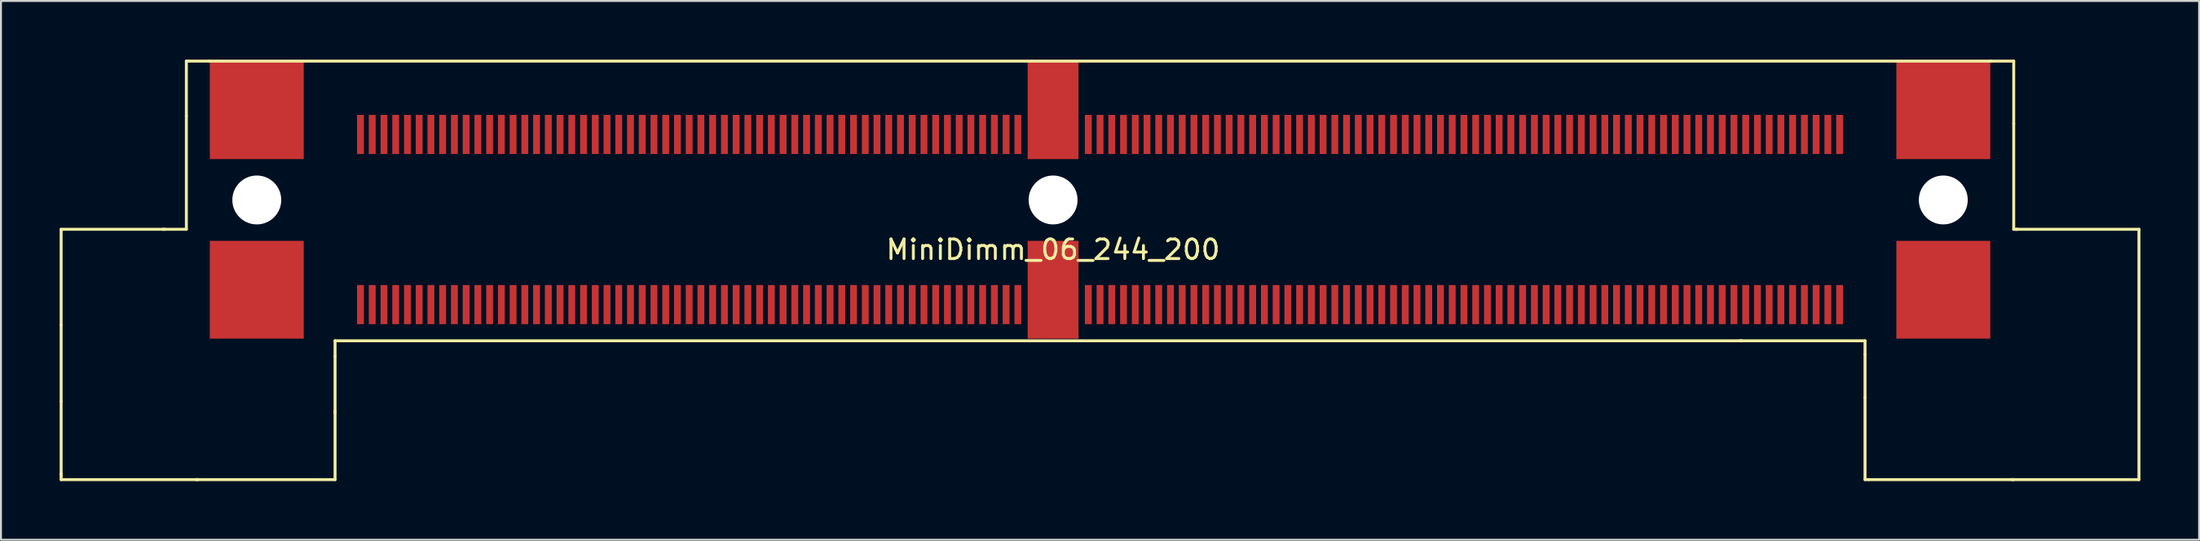
<source format=kicad_pcb>
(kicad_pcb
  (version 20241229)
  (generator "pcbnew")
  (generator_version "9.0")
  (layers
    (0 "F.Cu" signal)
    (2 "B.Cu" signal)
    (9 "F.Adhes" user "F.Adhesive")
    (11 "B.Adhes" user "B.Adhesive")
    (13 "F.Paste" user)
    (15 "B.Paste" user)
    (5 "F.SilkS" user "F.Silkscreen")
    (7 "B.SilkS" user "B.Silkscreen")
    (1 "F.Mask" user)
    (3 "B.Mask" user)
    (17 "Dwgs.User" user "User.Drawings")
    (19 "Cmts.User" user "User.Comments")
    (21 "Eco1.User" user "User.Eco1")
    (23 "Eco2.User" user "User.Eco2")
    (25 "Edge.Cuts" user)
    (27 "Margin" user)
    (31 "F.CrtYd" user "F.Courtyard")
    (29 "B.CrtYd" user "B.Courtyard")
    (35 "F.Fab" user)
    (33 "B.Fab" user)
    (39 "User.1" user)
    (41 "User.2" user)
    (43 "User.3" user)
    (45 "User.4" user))
  (footprint "MiniDimm_06_244_200"
    (layer "F.Cu")
    (at 50.775 7.175)
    (property "Reference" "MiniDimm_06_244_200" (at 0 2.54 0) (layer "F.SilkS") (effects (font (size 1 1) (thickness 0.15))))
    (attr through_hole)
    (fp_line (start -50.7 1.5) (end -45.4 1.5) (stroke (width 0.15) (type solid)) (layer "F.SilkS"))
    (fp_line (start -50.7 6.4) (end -50.7 1.5) (stroke (width 0.15) (type solid)) (layer "F.SilkS"))
    (fp_line (start -50.7 6.4) (end -50.7 10.3) (stroke (width 0.15) (type solid)) (layer "F.SilkS"))
    (fp_line (start -50.7 10.3) (end -50.7 14.1) (stroke (width 0.15) (type solid)) (layer "F.SilkS"))
    (fp_line (start -50.7 14.3) (end -50.7 14) (stroke (width 0.15) (type solid)) (layer "F.SilkS"))
    (fp_line (start -44.3 -7.1) (end -44.3 -4.3) (stroke (width 0.15) (type solid)) (layer "F.SilkS"))
    (fp_line (start -44.3 -4.3) (end -44.3 1.5) (stroke (width 0.15) (type solid)) (layer "F.SilkS"))
    (fp_line (start -44.3 1.5) (end -45.5 1.5) (stroke (width 0.15) (type solid)) (layer "F.SilkS"))
    (fp_line (start -43.7 14.3) (end -50.7 14.3) (stroke (width 0.15) (type solid)) (layer "F.SilkS"))
    (fp_line (start -43.1 -7.1) (end -44.3 -7.1) (stroke (width 0.15) (type solid)) (layer "F.SilkS"))
    (fp_line (start -43.1 -7.1) (end 47.9 -7.1) (stroke (width 0.15) (type solid)) (layer "F.SilkS"))
    (fp_line (start -36.7 8) (end -36.7 7.2) (stroke (width 0.15) (type solid)) (layer "F.SilkS"))
    (fp_line (start -36.7 8) (end -36.7 10.9) (stroke (width 0.15) (type solid)) (layer "F.SilkS"))
    (fp_line (start -36.7 10.8) (end -36.7 14.3) (stroke (width 0.15) (type solid)) (layer "F.SilkS"))
    (fp_line (start -36.7 14.3) (end -43.8 14.3) (stroke (width 0.15) (type solid)) (layer "F.SilkS"))
    (fp_line (start 35.1 7.2) (end 41.5 7.2) (stroke (width 0.15) (type solid)) (layer "F.SilkS"))
    (fp_line (start 35.2 7.2) (end -36.7 7.2) (stroke (width 0.15) (type solid)) (layer "F.SilkS"))
    (fp_line (start 41.5 7.2) (end 41.5 7.9) (stroke (width 0.15) (type solid)) (layer "F.SilkS"))
    (fp_line (start 41.5 7.9) (end 41.5 10.1) (stroke (width 0.15) (type solid)) (layer "F.SilkS"))
    (fp_line (start 41.5 10.1) (end 41.5 14.3) (stroke (width 0.15) (type solid)) (layer "F.SilkS"))
    (fp_line (start 41.5 14.3) (end 41.7 14.3) (stroke (width 0.15) (type solid)) (layer "F.SilkS"))
    (fp_line (start 41.7 14.3) (end 49.1 14.3) (stroke (width 0.15) (type solid)) (layer "F.SilkS"))
    (fp_line (start 47.9 -7.1) (end 49.1 -7.1) (stroke (width 0.15) (type solid)) (layer "F.SilkS"))
    (fp_line (start 49.1 -7.1) (end 49.1 -3.9) (stroke (width 0.15) (type solid)) (layer "F.SilkS"))
    (fp_line (start 49.1 -3.9) (end 49.1 1.5) (stroke (width 0.15) (type solid)) (layer "F.SilkS"))
    (fp_line (start 49.1 1.5) (end 49.3 1.5) (stroke (width 0.15) (type solid)) (layer "F.SilkS"))
    (fp_line (start 49.2 1.5) (end 55.5 1.5) (stroke (width 0.15) (type solid)) (layer "F.SilkS"))
    (fp_line (start 55.5 1.5) (end 55.5 14.3) (stroke (width 0.15) (type solid)) (layer "F.SilkS"))
    (fp_line (start 55.5 14.3) (end 49 14.3) (stroke (width 0.15) (type solid)) (layer "F.SilkS"))
    (pad "" smd rect (at -40.7 -4.59) (size 4.8 5) (layers "F.Cu" "F.Mask" "F.Paste"))
    (pad "" np_thru_hole circle (at -40.7 0) (size 2.5 2.5) (drill 2.5) (layers "*.Cu" "*.Mask"))
    (pad "" smd rect (at -40.7 4.59) (size 4.8 5) (layers "F.Cu" "F.Mask" "F.Paste"))
    (pad "" smd rect (at 0 -4.59) (size 2.6 5) (layers "F.Cu" "F.Mask" "F.Paste"))
    (pad "" np_thru_hole circle (at 0 0) (size 2.5 2.5) (drill 2.5) (layers "*.Cu" "*.Mask"))
    (pad "" smd rect (at 0 4.59) (size 2.6 5) (layers "F.Cu" "F.Mask" "F.Paste"))
    (pad "" smd rect (at 45.5 -4.59) (size 4.8 5) (layers "F.Cu" "F.Mask" "F.Paste"))
    (pad "" np_thru_hole circle (at 45.5 0) (size 2.5 2.5) (drill 2.5) (layers "*.Cu" "*.Mask"))
    (pad "" smd rect (at 45.5 4.59) (size 4.8 5) (layers "F.Cu" "F.Mask" "F.Paste"))
    (pad "1" smd rect (at 40.2 -3.35) (size 0.35 2) (layers "F.Cu" "F.Mask" "F.Paste"))
    (pad "2" smd rect (at 39.6 -3.35) (size 0.35 2) (layers "F.Cu" "F.Mask" "F.Paste"))
    (pad "3" smd rect (at 39 -3.35) (size 0.35 2) (layers "F.Cu" "F.Mask" "F.Paste"))
    (pad "4" smd rect (at 38.4 -3.35) (size 0.35 2) (layers "F.Cu" "F.Mask" "F.Paste"))
    (pad "5" smd rect (at 37.8 -3.35) (size 0.35 2) (layers "F.Cu" "F.Mask" "F.Paste"))
    (pad "6" smd rect (at 37.2 -3.35) (size 0.35 2) (layers "F.Cu" "F.Mask" "F.Paste"))
    (pad "7" smd rect (at 36.6 -3.35) (size 0.35 2) (layers "F.Cu" "F.Mask" "F.Paste"))
    (pad "8" smd rect (at 36 -3.35) (size 0.35 2) (layers "F.Cu" "F.Mask" "F.Paste"))
    (pad "9" smd rect (at 35.4 -3.35) (size 0.35 2) (layers "F.Cu" "F.Mask" "F.Paste"))
    (pad "10" smd rect (at 34.8 -3.35) (size 0.35 2) (layers "F.Cu" "F.Mask" "F.Paste"))
    (pad "11" smd rect (at 34.2 -3.35) (size 0.35 2) (layers "F.Cu" "F.Mask" "F.Paste"))
    (pad "12" smd rect (at 33.6 -3.35) (size 0.35 2) (layers "F.Cu" "F.Mask" "F.Paste"))
    (pad "13" smd rect (at 33 -3.35) (size 0.35 2) (layers "F.Cu" "F.Mask" "F.Paste"))
    (pad "14" smd rect (at 32.4 -3.35) (size 0.35 2) (layers "F.Cu" "F.Mask" "F.Paste"))
    (pad "15" smd rect (at 31.8 -3.35) (size 0.35 2) (layers "F.Cu" "F.Mask" "F.Paste"))
    (pad "16" smd rect (at 31.2 -3.35) (size 0.35 2) (layers "F.Cu" "F.Mask" "F.Paste"))
    (pad "17" smd rect (at 30.6 -3.35) (size 0.35 2) (layers "F.Cu" "F.Mask" "F.Paste"))
    (pad "18" smd rect (at 30 -3.35) (size 0.35 2) (layers "F.Cu" "F.Mask" "F.Paste"))
    (pad "19" smd rect (at 29.4 -3.35) (size 0.35 2) (layers "F.Cu" "F.Mask" "F.Paste"))
    (pad "20" smd rect (at 28.8 -3.35) (size 0.35 2) (layers "F.Cu" "F.Mask" "F.Paste"))
    (pad "21" smd rect (at 28.2 -3.35) (size 0.35 2) (layers "F.Cu" "F.Mask" "F.Paste"))
    (pad "22" smd rect (at 27.6 -3.35) (size 0.35 2) (layers "F.Cu" "F.Mask" "F.Paste"))
    (pad "23" smd rect (at 27 -3.35) (size 0.35 2) (layers "F.Cu" "F.Mask" "F.Paste"))
    (pad "24" smd rect (at 26.4 -3.35) (size 0.35 2) (layers "F.Cu" "F.Mask" "F.Paste"))
    (pad "25" smd rect (at 25.8 -3.35) (size 0.35 2) (layers "F.Cu" "F.Mask" "F.Paste"))
    (pad "26" smd rect (at 25.2 -3.35) (size 0.35 2) (layers "F.Cu" "F.Mask" "F.Paste"))
    (pad "27" smd rect (at 24.6 -3.35) (size 0.35 2) (layers "F.Cu" "F.Mask" "F.Paste"))
    (pad "28" smd rect (at 24 -3.35) (size 0.35 2) (layers "F.Cu" "F.Mask" "F.Paste"))
    (pad "29" smd rect (at 23.4 -3.35) (size 0.35 2) (layers "F.Cu" "F.Mask" "F.Paste"))
    (pad "30" smd rect (at 22.8 -3.35) (size 0.35 2) (layers "F.Cu" "F.Mask" "F.Paste"))
    (pad "31" smd rect (at 22.2 -3.35) (size 0.35 2) (layers "F.Cu" "F.Mask" "F.Paste"))
    (pad "32" smd rect (at 21.6 -3.35) (size 0.35 2) (layers "F.Cu" "F.Mask" "F.Paste"))
    (pad "33" smd rect (at 21 -3.35) (size 0.35 2) (layers "F.Cu" "F.Mask" "F.Paste"))
    (pad "34" smd rect (at 20.4 -3.35) (size 0.35 2) (layers "F.Cu" "F.Mask" "F.Paste"))
    (pad "35" smd rect (at 19.8 -3.35) (size 0.35 2) (layers "F.Cu" "F.Mask" "F.Paste"))
    (pad "36" smd rect (at 19.2 -3.35) (size 0.35 2) (layers "F.Cu" "F.Mask" "F.Paste"))
    (pad "37" smd rect (at 18.6 -3.35) (size 0.35 2) (layers "F.Cu" "F.Mask" "F.Paste"))
    (pad "38" smd rect (at 18 -3.35) (size 0.35 2) (layers "F.Cu" "F.Mask" "F.Paste"))
    (pad "39" smd rect (at 17.4 -3.35) (size 0.35 2) (layers "F.Cu" "F.Mask" "F.Paste"))
    (pad "40" smd rect (at 16.8 -3.35) (size 0.35 2) (layers "F.Cu" "F.Mask" "F.Paste"))
    (pad "41" smd rect (at 16.2 -3.35) (size 0.35 2) (layers "F.Cu" "F.Mask" "F.Paste"))
    (pad "42" smd rect (at 15.6 -3.35) (size 0.35 2) (layers "F.Cu" "F.Mask" "F.Paste"))
    (pad "43" smd rect (at 15 -3.35) (size 0.35 2) (layers "F.Cu" "F.Mask" "F.Paste"))
    (pad "44" smd rect (at 14.4 -3.35) (size 0.35 2) (layers "F.Cu" "F.Mask" "F.Paste"))
    (pad "45" smd rect (at 13.8 -3.35) (size 0.35 2) (layers "F.Cu" "F.Mask" "F.Paste"))
    (pad "46" smd rect (at 13.2 -3.35) (size 0.35 2) (layers "F.Cu" "F.Mask" "F.Paste"))
    (pad "47" smd rect (at 12.6 -3.35) (size 0.35 2) (layers "F.Cu" "F.Mask" "F.Paste"))
    (pad "48" smd rect (at 12 -3.35) (size 0.35 2) (layers "F.Cu" "F.Mask" "F.Paste"))
    (pad "49" smd rect (at 11.4 -3.35) (size 0.35 2) (layers "F.Cu" "F.Mask" "F.Paste"))
    (pad "50" smd rect (at 10.8 -3.35) (size 0.35 2) (layers "F.Cu" "F.Mask" "F.Paste"))
    (pad "51" smd rect (at 10.2 -3.35) (size 0.35 2) (layers "F.Cu" "F.Mask" "F.Paste"))
    (pad "52" smd rect (at 9.6 -3.35) (size 0.35 2) (layers "F.Cu" "F.Mask" "F.Paste"))
    (pad "53" smd rect (at 9 -3.35) (size 0.35 2) (layers "F.Cu" "F.Mask" "F.Paste"))
    (pad "54" smd rect (at 8.4 -3.35) (size 0.35 2) (layers "F.Cu" "F.Mask" "F.Paste"))
    (pad "55" smd rect (at 7.8 -3.35) (size 0.35 2) (layers "F.Cu" "F.Mask" "F.Paste"))
    (pad "56" smd rect (at 7.2 -3.35) (size 0.35 2) (layers "F.Cu" "F.Mask" "F.Paste"))
    (pad "57" smd rect (at 6.6 -3.35) (size 0.35 2) (layers "F.Cu" "F.Mask" "F.Paste"))
    (pad "58" smd rect (at 6 -3.35) (size 0.35 2) (layers "F.Cu" "F.Mask" "F.Paste"))
    (pad "59" smd rect (at 5.4 -3.35) (size 0.35 2) (layers "F.Cu" "F.Mask" "F.Paste"))
    (pad "60" smd rect (at 4.8 -3.35) (size 0.35 2) (layers "F.Cu" "F.Mask" "F.Paste"))
    (pad "61" smd rect (at 4.2 -3.35) (size 0.35 2) (layers "F.Cu" "F.Mask" "F.Paste"))
    (pad "62" smd rect (at 3.6 -3.35) (size 0.35 2) (layers "F.Cu" "F.Mask" "F.Paste"))
    (pad "63" smd rect (at 3 -3.35) (size 0.35 2) (layers "F.Cu" "F.Mask" "F.Paste"))
    (pad "64" smd rect (at 2.4 -3.35) (size 0.35 2) (layers "F.Cu" "F.Mask" "F.Paste"))
    (pad "65" smd rect (at 1.8 -3.35) (size 0.35 2) (layers "F.Cu" "F.Mask" "F.Paste"))
    (pad "66" smd rect (at -1.8 -3.35) (size 0.35 2) (layers "F.Cu" "F.Mask" "F.Paste"))
    (pad "67" smd rect (at -2.4 -3.35) (size 0.35 2) (layers "F.Cu" "F.Mask" "F.Paste"))
    (pad "68" smd rect (at -3 -3.35) (size 0.35 2) (layers "F.Cu" "F.Mask" "F.Paste"))
    (pad "69" smd rect (at -3.6 -3.35) (size 0.35 2) (layers "F.Cu" "F.Mask" "F.Paste"))
    (pad "70" smd rect (at -4.2 -3.35) (size 0.35 2) (layers "F.Cu" "F.Mask" "F.Paste"))
    (pad "71" smd rect (at -4.8 -3.35) (size 0.35 2) (layers "F.Cu" "F.Mask" "F.Paste"))
    (pad "72" smd rect (at -5.4 -3.35) (size 0.35 2) (layers "F.Cu" "F.Mask" "F.Paste"))
    (pad "73" smd rect (at -6 -3.35) (size 0.35 2) (layers "F.Cu" "F.Mask" "F.Paste"))
    (pad "74" smd rect (at -6.6 -3.35) (size 0.35 2) (layers "F.Cu" "F.Mask" "F.Paste"))
    (pad "75" smd rect (at -7.2 -3.35) (size 0.35 2) (layers "F.Cu" "F.Mask" "F.Paste"))
    (pad "76" smd rect (at -7.8 -3.35) (size 0.35 2) (layers "F.Cu" "F.Mask" "F.Paste"))
    (pad "77" smd rect (at -8.4 -3.35) (size 0.35 2) (layers "F.Cu" "F.Mask" "F.Paste"))
    (pad "78" smd rect (at -9 -3.35) (size 0.35 2) (layers "F.Cu" "F.Mask" "F.Paste"))
    (pad "79" smd rect (at -9.6 -3.35) (size 0.35 2) (layers "F.Cu" "F.Mask" "F.Paste"))
    (pad "80" smd rect (at -10.2 -3.35) (size 0.35 2) (layers "F.Cu" "F.Mask" "F.Paste"))
    (pad "81" smd rect (at -10.8 -3.35) (size 0.35 2) (layers "F.Cu" "F.Mask" "F.Paste"))
    (pad "82" smd rect (at -11.4 -3.35) (size 0.35 2) (layers "F.Cu" "F.Mask" "F.Paste"))
    (pad "83" smd rect (at -12 -3.35) (size 0.35 2) (layers "F.Cu" "F.Mask" "F.Paste"))
    (pad "84" smd rect (at -12.6 -3.35) (size 0.35 2) (layers "F.Cu" "F.Mask" "F.Paste"))
    (pad "85" smd rect (at -13.2 -3.35) (size 0.35 2) (layers "F.Cu" "F.Mask" "F.Paste"))
    (pad "86" smd rect (at -13.8 -3.35) (size 0.35 2) (layers "F.Cu" "F.Mask" "F.Paste"))
    (pad "87" smd rect (at -14.4 -3.35) (size 0.35 2) (layers "F.Cu" "F.Mask" "F.Paste"))
    (pad "88" smd rect (at -15 -3.35) (size 0.35 2) (layers "F.Cu" "F.Mask" "F.Paste"))
    (pad "89" smd rect (at -15.6 -3.35) (size 0.35 2) (layers "F.Cu" "F.Mask" "F.Paste"))
    (pad "90" smd rect (at -16.2 -3.35) (size 0.35 2) (layers "F.Cu" "F.Mask" "F.Paste"))
    (pad "91" smd rect (at -16.8 -3.35) (size 0.35 2) (layers "F.Cu" "F.Mask" "F.Paste"))
    (pad "92" smd rect (at -17.4 -3.35) (size 0.35 2) (layers "F.Cu" "F.Mask" "F.Paste"))
    (pad "93" smd rect (at -18 -3.35) (size 0.35 2) (layers "F.Cu" "F.Mask" "F.Paste"))
    (pad "94" smd rect (at -18.6 -3.35) (size 0.35 2) (layers "F.Cu" "F.Mask" "F.Paste"))
    (pad "95" smd rect (at -19.2 -3.35) (size 0.35 2) (layers "F.Cu" "F.Mask" "F.Paste"))
    (pad "96" smd rect (at -19.8 -3.35) (size 0.35 2) (layers "F.Cu" "F.Mask" "F.Paste"))
    (pad "97" smd rect (at -20.4 -3.35) (size 0.35 2) (layers "F.Cu" "F.Mask" "F.Paste"))
    (pad "98" smd rect (at -21 -3.35) (size 0.35 2) (layers "F.Cu" "F.Mask" "F.Paste"))
    (pad "99" smd rect (at -21.6 -3.35) (size 0.35 2) (layers "F.Cu" "F.Mask" "F.Paste"))
    (pad "100" smd rect (at -22.2 -3.35) (size 0.35 2) (layers "F.Cu" "F.Mask" "F.Paste"))
    (pad "101" smd rect (at -22.8 -3.35) (size 0.35 2) (layers "F.Cu" "F.Mask" "F.Paste"))
    (pad "102" smd rect (at -23.4 -3.35) (size 0.35 2) (layers "F.Cu" "F.Mask" "F.Paste"))
    (pad "103" smd rect (at -24 -3.35) (size 0.35 2) (layers "F.Cu" "F.Mask" "F.Paste"))
    (pad "104" smd rect (at -24.6 -3.35) (size 0.35 2) (layers "F.Cu" "F.Mask" "F.Paste"))
    (pad "105" smd rect (at -25.2 -3.35) (size 0.35 2) (layers "F.Cu" "F.Mask" "F.Paste"))
    (pad "106" smd rect (at -25.8 -3.35) (size 0.35 2) (layers "F.Cu" "F.Mask" "F.Paste"))
    (pad "107" smd rect (at -26.4 -3.35) (size 0.35 2) (layers "F.Cu" "F.Mask" "F.Paste"))
    (pad "108" smd rect (at -27 -3.35) (size 0.35 2) (layers "F.Cu" "F.Mask" "F.Paste"))
    (pad "109" smd rect (at -27.6 -3.35) (size 0.35 2) (layers "F.Cu" "F.Mask" "F.Paste"))
    (pad "110" smd rect (at -28.2 -3.35) (size 0.35 2) (layers "F.Cu" "F.Mask" "F.Paste"))
    (pad "111" smd rect (at -28.8 -3.35) (size 0.35 2) (layers "F.Cu" "F.Mask" "F.Paste"))
    (pad "112" smd rect (at -29.4 -3.35) (size 0.35 2) (layers "F.Cu" "F.Mask" "F.Paste"))
    (pad "113" smd rect (at -30 -3.35) (size 0.35 2) (layers "F.Cu" "F.Mask" "F.Paste"))
    (pad "114" smd rect (at -30.6 -3.35) (size 0.35 2) (layers "F.Cu" "F.Mask" "F.Paste"))
    (pad "115" smd rect (at -31.2 -3.35) (size 0.35 2) (layers "F.Cu" "F.Mask" "F.Paste"))
    (pad "116" smd rect (at -31.8 -3.35) (size 0.35 2) (layers "F.Cu" "F.Mask" "F.Paste"))
    (pad "117" smd rect (at -32.4 -3.35) (size 0.35 2) (layers "F.Cu" "F.Mask" "F.Paste"))
    (pad "118" smd rect (at -33 -3.35) (size 0.35 2) (layers "F.Cu" "F.Mask" "F.Paste"))
    (pad "119" smd rect (at -33.6 -3.35) (size 0.35 2) (layers "F.Cu" "F.Mask" "F.Paste"))
    (pad "120" smd rect (at -34.2 -3.35) (size 0.35 2) (layers "F.Cu" "F.Mask" "F.Paste"))
    (pad "121" smd rect (at -34.8 -3.35) (size 0.35 2) (layers "F.Cu" "F.Mask" "F.Paste"))
    (pad "122" smd rect (at -35.4 -3.35) (size 0.35 2) (layers "F.Cu" "F.Mask" "F.Paste"))
    (pad "123" smd rect (at 40.2 5.35) (size 0.35 2) (layers "F.Cu" "F.Mask" "F.Paste"))
    (pad "124" smd rect (at 39.6 5.35) (size 0.35 2) (layers "F.Cu" "F.Mask" "F.Paste"))
    (pad "125" smd rect (at 39 5.35) (size 0.35 2) (layers "F.Cu" "F.Mask" "F.Paste"))
    (pad "126" smd rect (at 38.4 5.35) (size 0.35 2) (layers "F.Cu" "F.Mask" "F.Paste"))
    (pad "127" smd rect (at 37.8 5.35) (size 0.35 2) (layers "F.Cu" "F.Mask" "F.Paste"))
    (pad "128" smd rect (at 37.2 5.35) (size 0.35 2) (layers "F.Cu" "F.Mask" "F.Paste"))
    (pad "129" smd rect (at 36.6 5.35) (size 0.35 2) (layers "F.Cu" "F.Mask" "F.Paste"))
    (pad "130" smd rect (at 36 5.35) (size 0.35 2) (layers "F.Cu" "F.Mask" "F.Paste"))
    (pad "131" smd rect (at 35.4 5.35) (size 0.35 2) (layers "F.Cu" "F.Mask" "F.Paste"))
    (pad "132" smd rect (at 34.8 5.35) (size 0.35 2) (layers "F.Cu" "F.Mask" "F.Paste"))
    (pad "133" smd rect (at 34.2 5.35) (size 0.35 2) (layers "F.Cu" "F.Mask" "F.Paste"))
    (pad "134" smd rect (at 33.6 5.35) (size 0.35 2) (layers "F.Cu" "F.Mask" "F.Paste"))
    (pad "135" smd rect (at 33 5.35) (size 0.35 2) (layers "F.Cu" "F.Mask" "F.Paste"))
    (pad "136" smd rect (at 32.4 5.35) (size 0.35 2) (layers "F.Cu" "F.Mask" "F.Paste"))
    (pad "137" smd rect (at 31.8 5.35) (size 0.35 2) (layers "F.Cu" "F.Mask" "F.Paste"))
    (pad "138" smd rect (at 31.2 5.35) (size 0.35 2) (layers "F.Cu" "F.Mask" "F.Paste"))
    (pad "139" smd rect (at 30.6 5.35) (size 0.35 2) (layers "F.Cu" "F.Mask" "F.Paste"))
    (pad "140" smd rect (at 30 5.35) (size 0.35 2) (layers "F.Cu" "F.Mask" "F.Paste"))
    (pad "141" smd rect (at 29.4 5.35) (size 0.35 2) (layers "F.Cu" "F.Mask" "F.Paste"))
    (pad "142" smd rect (at 28.8 5.35) (size 0.35 2) (layers "F.Cu" "F.Mask" "F.Paste"))
    (pad "143" smd rect (at 28.2 5.35) (size 0.35 2) (layers "F.Cu" "F.Mask" "F.Paste"))
    (pad "144" smd rect (at 27.6 5.35) (size 0.35 2) (layers "F.Cu" "F.Mask" "F.Paste"))
    (pad "145" smd rect (at 27 5.35) (size 0.35 2) (layers "F.Cu" "F.Mask" "F.Paste"))
    (pad "146" smd rect (at 26.4 5.35) (size 0.35 2) (layers "F.Cu" "F.Mask" "F.Paste"))
    (pad "147" smd rect (at 25.8 5.35) (size 0.35 2) (layers "F.Cu" "F.Mask" "F.Paste"))
    (pad "148" smd rect (at 25.2 5.35) (size 0.35 2) (layers "F.Cu" "F.Mask" "F.Paste"))
    (pad "149" smd rect (at 24.6 5.35) (size 0.35 2) (layers "F.Cu" "F.Mask" "F.Paste"))
    (pad "150" smd rect (at 24 5.35) (size 0.35 2) (layers "F.Cu" "F.Mask" "F.Paste"))
    (pad "151" smd rect (at 23.4 5.35) (size 0.35 2) (layers "F.Cu" "F.Mask" "F.Paste"))
    (pad "152" smd rect (at 22.8 5.35) (size 0.35 2) (layers "F.Cu" "F.Mask" "F.Paste"))
    (pad "153" smd rect (at 22.2 5.35) (size 0.35 2) (layers "F.Cu" "F.Mask" "F.Paste"))
    (pad "154" smd rect (at 21.6 5.35) (size 0.35 2) (layers "F.Cu" "F.Mask" "F.Paste"))
    (pad "155" smd rect (at 21 5.35) (size 0.35 2) (layers "F.Cu" "F.Mask" "F.Paste"))
    (pad "156" smd rect (at 20.4 5.35) (size 0.35 2) (layers "F.Cu" "F.Mask" "F.Paste"))
    (pad "157" smd rect (at 19.8 5.35) (size 0.35 2) (layers "F.Cu" "F.Mask" "F.Paste"))
    (pad "158" smd rect (at 19.2 5.35) (size 0.35 2) (layers "F.Cu" "F.Mask" "F.Paste"))
    (pad "159" smd rect (at 18.6 5.35) (size 0.35 2) (layers "F.Cu" "F.Mask" "F.Paste"))
    (pad "160" smd rect (at 18 5.35) (size 0.35 2) (layers "F.Cu" "F.Mask" "F.Paste"))
    (pad "161" smd rect (at 17.4 5.35) (size 0.35 2) (layers "F.Cu" "F.Mask" "F.Paste"))
    (pad "162" smd rect (at 16.8 5.35) (size 0.35 2) (layers "F.Cu" "F.Mask" "F.Paste"))
    (pad "163" smd rect (at 16.2 5.35) (size 0.35 2) (layers "F.Cu" "F.Mask" "F.Paste"))
    (pad "164" smd rect (at 15.6 5.35) (size 0.35 2) (layers "F.Cu" "F.Mask" "F.Paste"))
    (pad "165" smd rect (at 15 5.35) (size 0.35 2) (layers "F.Cu" "F.Mask" "F.Paste"))
    (pad "166" smd rect (at 14.4 5.35) (size 0.35 2) (layers "F.Cu" "F.Mask" "F.Paste"))
    (pad "167" smd rect (at 13.8 5.35) (size 0.35 2) (layers "F.Cu" "F.Mask" "F.Paste"))
    (pad "168" smd rect (at 13.2 5.35) (size 0.35 2) (layers "F.Cu" "F.Mask" "F.Paste"))
    (pad "169" smd rect (at 12.6 5.35) (size 0.35 2) (layers "F.Cu" "F.Mask" "F.Paste"))
    (pad "170" smd rect (at 12 5.35) (size 0.35 2) (layers "F.Cu" "F.Mask" "F.Paste"))
    (pad "171" smd rect (at 11.4 5.35) (size 0.35 2) (layers "F.Cu" "F.Mask" "F.Paste"))
    (pad "172" smd rect (at 10.8 5.35) (size 0.35 2) (layers "F.Cu" "F.Mask" "F.Paste"))
    (pad "173" smd rect (at 10.2 5.35) (size 0.35 2) (layers "F.Cu" "F.Mask" "F.Paste"))
    (pad "174" smd rect (at 9.6 5.35) (size 0.35 2) (layers "F.Cu" "F.Mask" "F.Paste"))
    (pad "175" smd rect (at 9 5.35) (size 0.35 2) (layers "F.Cu" "F.Mask" "F.Paste"))
    (pad "176" smd rect (at 8.4 5.35) (size 0.35 2) (layers "F.Cu" "F.Mask" "F.Paste"))
    (pad "177" smd rect (at 7.8 5.35) (size 0.35 2) (layers "F.Cu" "F.Mask" "F.Paste"))
    (pad "178" smd rect (at 7.2 5.35) (size 0.35 2) (layers "F.Cu" "F.Mask" "F.Paste"))
    (pad "179" smd rect (at 6.6 5.35) (size 0.35 2) (layers "F.Cu" "F.Mask" "F.Paste"))
    (pad "180" smd rect (at 6 5.35) (size 0.35 2) (layers "F.Cu" "F.Mask" "F.Paste"))
    (pad "181" smd rect (at 5.4 5.35) (size 0.35 2) (layers "F.Cu" "F.Mask" "F.Paste"))
    (pad "182" smd rect (at 4.8 5.35) (size 0.35 2) (layers "F.Cu" "F.Mask" "F.Paste"))
    (pad "183" smd rect (at 4.2 5.35) (size 0.35 2) (layers "F.Cu" "F.Mask" "F.Paste"))
    (pad "184" smd rect (at 3.6 5.35) (size 0.35 2) (layers "F.Cu" "F.Mask" "F.Paste"))
    (pad "185" smd rect (at 3 5.35) (size 0.35 2) (layers "F.Cu" "F.Mask" "F.Paste"))
    (pad "186" smd rect (at 2.4 5.35) (size 0.35 2) (layers "F.Cu" "F.Mask" "F.Paste"))
    (pad "187" smd rect (at 1.8 5.35) (size 0.35 2) (layers "F.Cu" "F.Mask" "F.Paste"))
    (pad "188" smd rect (at -1.8 5.35) (size 0.35 2) (layers "F.Cu" "F.Mask" "F.Paste"))
    (pad "189" smd rect (at -2.4 5.35) (size 0.35 2) (layers "F.Cu" "F.Mask" "F.Paste"))
    (pad "190" smd rect (at -3 5.35) (size 0.35 2) (layers "F.Cu" "F.Mask" "F.Paste"))
    (pad "191" smd rect (at -3.6 5.35) (size 0.35 2) (layers "F.Cu" "F.Mask" "F.Paste"))
    (pad "192" smd rect (at -4.2 5.35) (size 0.35 2) (layers "F.Cu" "F.Mask" "F.Paste"))
    (pad "193" smd rect (at -4.8 5.35) (size 0.35 2) (layers "F.Cu" "F.Mask" "F.Paste"))
    (pad "194" smd rect (at -5.4 5.35) (size 0.35 2) (layers "F.Cu" "F.Mask" "F.Paste"))
    (pad "195" smd rect (at -6 5.35) (size 0.35 2) (layers "F.Cu" "F.Mask" "F.Paste"))
    (pad "196" smd rect (at -6.6 5.35) (size 0.35 2) (layers "F.Cu" "F.Mask" "F.Paste"))
    (pad "197" smd rect (at -7.2 5.35) (size 0.35 2) (layers "F.Cu" "F.Mask" "F.Paste"))
    (pad "198" smd rect (at -7.8 5.35) (size 0.35 2) (layers "F.Cu" "F.Mask" "F.Paste"))
    (pad "199" smd rect (at -8.4 5.35) (size 0.35 2) (layers "F.Cu" "F.Mask" "F.Paste"))
    (pad "200" smd rect (at -9 5.35) (size 0.35 2) (layers "F.Cu" "F.Mask" "F.Paste"))
    (pad "201" smd rect (at -9.6 5.35) (size 0.35 2) (layers "F.Cu" "F.Mask" "F.Paste"))
    (pad "202" smd rect (at -10.2 5.35) (size 0.35 2) (layers "F.Cu" "F.Mask" "F.Paste"))
    (pad "203" smd rect (at -10.8 5.35) (size 0.35 2) (layers "F.Cu" "F.Mask" "F.Paste"))
    (pad "204" smd rect (at -11.4 5.35) (size 0.35 2) (layers "F.Cu" "F.Mask" "F.Paste"))
    (pad "205" smd rect (at -12 5.35) (size 0.35 2) (layers "F.Cu" "F.Mask" "F.Paste"))
    (pad "206" smd rect (at -12.6 5.35) (size 0.35 2) (layers "F.Cu" "F.Mask" "F.Paste"))
    (pad "207" smd rect (at -13.2 5.35) (size 0.35 2) (layers "F.Cu" "F.Mask" "F.Paste"))
    (pad "208" smd rect (at -13.8 5.35) (size 0.35 2) (layers "F.Cu" "F.Mask" "F.Paste"))
    (pad "209" smd rect (at -14.4 5.35) (size 0.35 2) (layers "F.Cu" "F.Mask" "F.Paste"))
    (pad "210" smd rect (at -15 5.35) (size 0.35 2) (layers "F.Cu" "F.Mask" "F.Paste"))
    (pad "211" smd rect (at -15.6 5.35) (size 0.35 2) (layers "F.Cu" "F.Mask" "F.Paste"))
    (pad "212" smd rect (at -16.2 5.35) (size 0.35 2) (layers "F.Cu" "F.Mask" "F.Paste"))
    (pad "213" smd rect (at -16.8 5.35) (size 0.35 2) (layers "F.Cu" "F.Mask" "F.Paste"))
    (pad "214" smd rect (at -17.4 5.35) (size 0.35 2) (layers "F.Cu" "F.Mask" "F.Paste"))
    (pad "215" smd rect (at -18 5.35) (size 0.35 2) (layers "F.Cu" "F.Mask" "F.Paste"))
    (pad "216" smd rect (at -18.6 5.35) (size 0.35 2) (layers "F.Cu" "F.Mask" "F.Paste"))
    (pad "217" smd rect (at -19.2 5.35) (size 0.35 2) (layers "F.Cu" "F.Mask" "F.Paste"))
    (pad "218" smd rect (at -19.8 5.35) (size 0.35 2) (layers "F.Cu" "F.Mask" "F.Paste"))
    (pad "219" smd rect (at -20.4 5.35) (size 0.35 2) (layers "F.Cu" "F.Mask" "F.Paste"))
    (pad "220" smd rect (at -21 5.35) (size 0.35 2) (layers "F.Cu" "F.Mask" "F.Paste"))
    (pad "221" smd rect (at -21.6 5.35) (size 0.35 2) (layers "F.Cu" "F.Mask" "F.Paste"))
    (pad "222" smd rect (at -22.2 5.35) (size 0.35 2) (layers "F.Cu" "F.Mask" "F.Paste"))
    (pad "223" smd rect (at -22.8 5.35) (size 0.35 2) (layers "F.Cu" "F.Mask" "F.Paste"))
    (pad "224" smd rect (at -23.4 5.35) (size 0.35 2) (layers "F.Cu" "F.Mask" "F.Paste"))
    (pad "225" smd rect (at -24 5.35) (size 0.35 2) (layers "F.Cu" "F.Mask" "F.Paste"))
    (pad "226" smd rect (at -24.6 5.35) (size 0.35 2) (layers "F.Cu" "F.Mask" "F.Paste"))
    (pad "227" smd rect (at -25.2 5.35) (size 0.35 2) (layers "F.Cu" "F.Mask" "F.Paste"))
    (pad "228" smd rect (at -25.8 5.35) (size 0.35 2) (layers "F.Cu" "F.Mask" "F.Paste"))
    (pad "229" smd rect (at -26.4 5.35) (size 0.35 2) (layers "F.Cu" "F.Mask" "F.Paste"))
    (pad "230" smd rect (at -27 5.35) (size 0.35 2) (layers "F.Cu" "F.Mask" "F.Paste"))
    (pad "231" smd rect (at -27.6 5.35) (size 0.35 2) (layers "F.Cu" "F.Mask" "F.Paste"))
    (pad "232" smd rect (at -28.2 5.35) (size 0.35 2) (layers "F.Cu" "F.Mask" "F.Paste"))
    (pad "233" smd rect (at -28.8 5.35) (size 0.35 2) (layers "F.Cu" "F.Mask" "F.Paste"))
    (pad "234" smd rect (at -29.4 5.35) (size 0.35 2) (layers "F.Cu" "F.Mask" "F.Paste"))
    (pad "235" smd rect (at -30 5.35) (size 0.35 2) (layers "F.Cu" "F.Mask" "F.Paste"))
    (pad "236" smd rect (at -30.6 5.35) (size 0.35 2) (layers "F.Cu" "F.Mask" "F.Paste"))
    (pad "237" smd rect (at -31.2 5.35) (size 0.35 2) (layers "F.Cu" "F.Mask" "F.Paste"))
    (pad "238" smd rect (at -31.8 5.35) (size 0.35 2) (layers "F.Cu" "F.Mask" "F.Paste"))
    (pad "239" smd rect (at -32.4 5.35) (size 0.35 2) (layers "F.Cu" "F.Mask" "F.Paste"))
    (pad "240" smd rect (at -33 5.35) (size 0.35 2) (layers "F.Cu" "F.Mask" "F.Paste"))
    (pad "241" smd rect (at -33.6 5.35) (size 0.35 2) (layers "F.Cu" "F.Mask" "F.Paste"))
    (pad "242" smd rect (at -34.2 5.35) (size 0.35 2) (layers "F.Cu" "F.Mask" "F.Paste"))
    (pad "243" smd rect (at -34.8 5.35) (size 0.35 2) (layers "F.Cu" "F.Mask" "F.Paste"))
    (pad "244" smd rect (at -35.4 5.35) (size 0.35 2) (layers "F.Cu" "F.Mask" "F.Paste")))
  (gr_rect
    (start -3 -3)
    (end 109.35 24.55)
    (stroke (width 0.1) (type default))
    (fill no)
    (layer "Edge.Cuts")))
</source>
